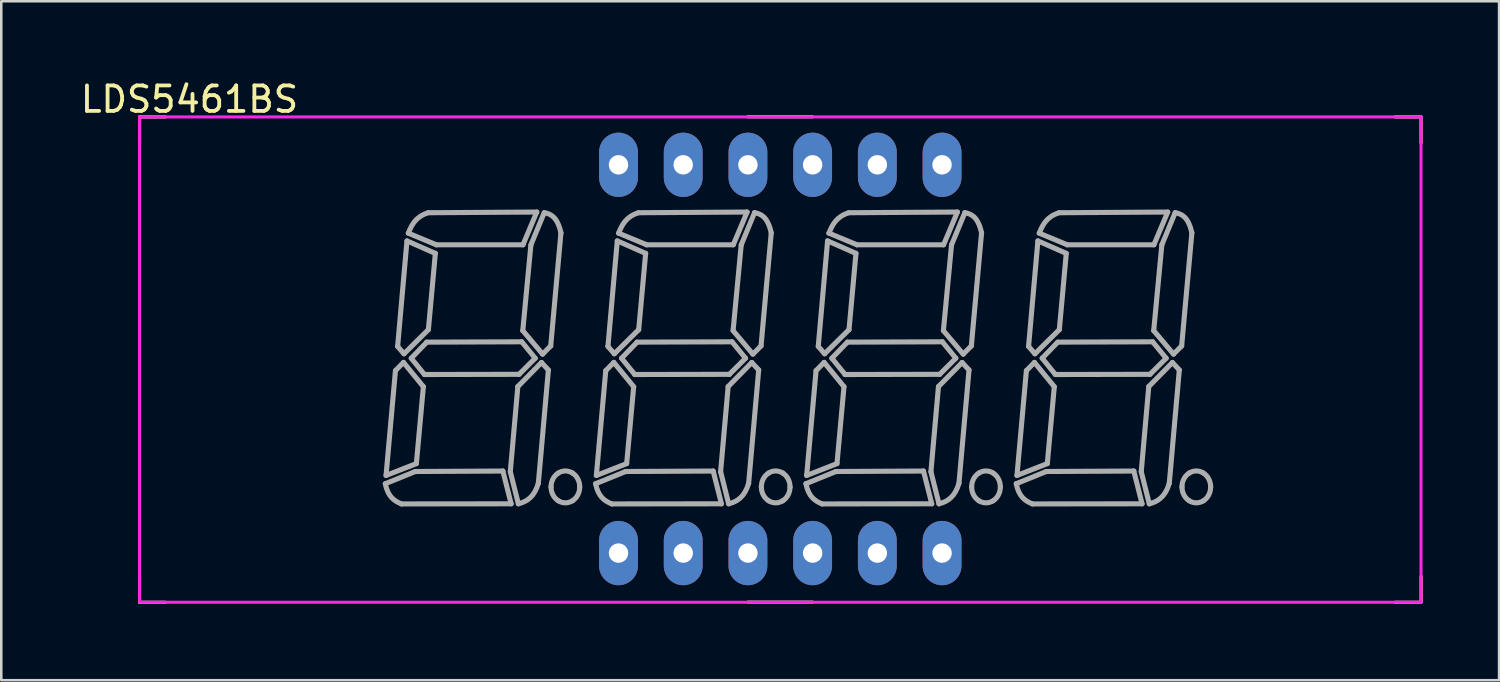
<source format=kicad_pcb>
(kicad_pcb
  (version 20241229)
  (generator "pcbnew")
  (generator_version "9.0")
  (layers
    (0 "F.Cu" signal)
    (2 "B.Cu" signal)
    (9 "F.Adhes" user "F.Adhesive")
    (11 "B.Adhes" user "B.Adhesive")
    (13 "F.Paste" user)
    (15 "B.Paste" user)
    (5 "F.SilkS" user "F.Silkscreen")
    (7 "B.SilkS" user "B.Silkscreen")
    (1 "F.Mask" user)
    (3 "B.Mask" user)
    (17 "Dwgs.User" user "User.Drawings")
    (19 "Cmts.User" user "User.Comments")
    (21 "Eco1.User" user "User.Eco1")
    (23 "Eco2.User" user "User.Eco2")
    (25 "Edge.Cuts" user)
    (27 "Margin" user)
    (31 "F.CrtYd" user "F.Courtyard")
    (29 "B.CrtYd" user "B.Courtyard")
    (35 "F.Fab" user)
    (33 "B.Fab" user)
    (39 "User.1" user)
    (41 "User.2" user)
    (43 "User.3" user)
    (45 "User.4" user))
  (footprint "LDS5461BS"
    (layer "F.Cu")
    (at 27.577 11.059)
    (property "Reference" "LDS5461BS" (at -23.19 -10.211 0) (layer "F.SilkS") (effects (font (size 1 1) (thickness 0.15))))
    (attr through_hole)
    (fp_line (start -25.151 9.53) (end -25.151 8.514) (stroke (width 0.12) (type solid)) (layer "F.SilkS"))
    (fp_line (start -25.151 9.53) (end -24.135 9.53) (stroke (width 0.12) (type solid)) (layer "F.SilkS"))
    (fp_line (start -25.149 -9.52) (end -25.149 -8.504) (stroke (width 0.12) (type solid)) (layer "F.SilkS"))
    (fp_line (start -25.149 -9.52) (end -24.133 -9.52) (stroke (width 0.12) (type solid)) (layer "F.SilkS"))
    (fp_line (start -1.27 -9.525) (end 1.27 -9.525) (stroke (width 0.12) (type solid)) (layer "F.SilkS"))
    (fp_line (start -1.27 9.525) (end 1.27 9.525) (stroke (width 0.12) (type solid)) (layer "F.SilkS"))
    (fp_line (start 25.151 -9.52) (end 24.135 -9.52) (stroke (width 0.12) (type solid)) (layer "F.SilkS"))
    (fp_line (start 25.151 -9.52) (end 25.151 -8.504) (stroke (width 0.12) (type solid)) (layer "F.SilkS"))
    (fp_line (start 25.154 9.53) (end 24.138 9.53) (stroke (width 0.12) (type solid)) (layer "F.SilkS"))
    (fp_line (start 25.154 9.53) (end 25.154 8.514) (stroke (width 0.12) (type solid)) (layer "F.SilkS"))
    (fp_line (start -25.15 -9.52) (end -25.15 9.48) (stroke (width 0.12) (type solid)) (layer "F.CrtYd"))
    (fp_line (start -25.15 -9.52) (end 25.15 -9.52) (stroke (width 0.12) (type solid)) (layer "F.CrtYd"))
    (fp_line (start -25.15 9.53) (end 25.15 9.53) (stroke (width 0.12) (type solid)) (layer "F.CrtYd"))
    (fp_line (start 25.15 -9.52) (end 25.15 9.53) (stroke (width 0.12) (type solid)) (layer "F.CrtYd"))
    (fp_line (start -15.474 4.553) (end -15.105 0.439) (stroke (width 0.2) (type solid)) (layer "F.Fab"))
    (fp_line (start -15.105 0.439) (end -14.789 0.116) (stroke (width 0.2) (type solid)) (layer "F.Fab"))
    (fp_line (start -15.019 -0.512) (end -14.77 -0.222) (stroke (width 0.2) (type solid)) (layer "F.Fab"))
    (fp_line (start -14.867 5.671) (end -10.564 5.666) (stroke (width 0.2) (type solid)) (layer "F.Fab"))
    (fp_line (start -14.789 0.116) (end -14.009 1.069) (stroke (width 0.2) (type solid)) (layer "F.Fab"))
    (fp_line (start -14.77 -0.222) (end -13.812 -1.17) (stroke (width 0.2) (type solid)) (layer "F.Fab"))
    (fp_line (start -14.653 -4.653) (end -15.019 -0.512) (stroke (width 0.2) (type solid)) (layer "F.Fab"))
    (fp_line (start -14.6 -4.956) (end -13.5 -4.5) (stroke (width 0.2) (type solid)) (layer "F.Fab"))
    (fp_line (start -14.485 -0.048) (end -13.968 0.591) (stroke (width 0.2) (type solid)) (layer "F.Fab"))
    (fp_line (start -14.325 4.398) (end -15.503 4.877) (stroke (width 0.2) (type solid)) (layer "F.Fab"))
    (fp_line (start -14.284 4.088) (end -15.474 4.553) (stroke (width 0.2) (type solid)) (layer "F.Fab"))
    (fp_line (start -14.009 1.069) (end -14.284 4.088) (stroke (width 0.2) (type solid)) (layer "F.Fab"))
    (fp_line (start -13.968 0.591) (end -10.252 0.584) (stroke (width 0.2) (type solid)) (layer "F.Fab"))
    (fp_line (start -13.875 -0.68) (end -14.485 -0.048) (stroke (width 0.2) (type solid)) (layer "F.Fab"))
    (fp_line (start -13.812 -1.17) (end -13.539 -4.163) (stroke (width 0.2) (type solid)) (layer "F.Fab"))
    (fp_line (start -13.539 -4.163) (end -14.653 -4.653) (stroke (width 0.2) (type solid)) (layer "F.Fab"))
    (fp_line (start -13.5 -4.5) (end -10.1 -4.5) (stroke (width 0.2) (type solid)) (layer "F.Fab"))
    (fp_line (start -10.888 4.38) (end -14.325 4.398) (stroke (width 0.2) (type solid)) (layer "F.Fab"))
    (fp_line (start -10.597 4.407) (end -10.301 1.064) (stroke (width 0.2) (type solid)) (layer "F.Fab"))
    (fp_line (start -10.564 5.666) (end -10.888 4.38) (stroke (width 0.2) (type solid)) (layer "F.Fab"))
    (fp_line (start -10.301 1.064) (end -9.373 0.12) (stroke (width 0.2) (type solid)) (layer "F.Fab"))
    (fp_line (start -10.281 5.666) (end -10.597 4.407) (stroke (width 0.2) (type solid)) (layer "F.Fab"))
    (fp_line (start -10.252 0.584) (end -9.619 -0.048) (stroke (width 0.2) (type solid)) (layer "F.Fab"))
    (fp_line (start -10.148 -0.693) (end -13.875 -0.68) (stroke (width 0.2) (type solid)) (layer "F.Fab"))
    (fp_line (start -10.107 -1.131) (end -9.329 -0.209) (stroke (width 0.2) (type solid)) (layer "F.Fab"))
    (fp_line (start -10.1 -4.5) (end -9.558 -5.786) (stroke (width 0.2) (type solid)) (layer "F.Fab"))
    (fp_line (start -9.788 -4.498) (end -10.107 -1.131) (stroke (width 0.2) (type solid)) (layer "F.Fab"))
    (fp_line (start -9.619 -0.048) (end -10.148 -0.693) (stroke (width 0.2) (type solid)) (layer "F.Fab"))
    (fp_line (start -9.558 -5.786) (end -13.82 -5.759) (stroke (width 0.2) (type solid)) (layer "F.Fab"))
    (fp_line (start -9.373 0.12) (end -9.102 0.412) (stroke (width 0.2) (type solid)) (layer "F.Fab"))
    (fp_line (start -9.329 -0.209) (end -9.01 -0.531) (stroke (width 0.2) (type solid)) (layer "F.Fab"))
    (fp_line (start -9.265 -5.762) (end -9.788 -4.498) (stroke (width 0.2) (type solid)) (layer "F.Fab"))
    (fp_line (start -9.102 0.412) (end -9.496 4.859) (stroke (width 0.2) (type solid)) (layer "F.Fab"))
    (fp_line (start -9.01 -0.531) (end -8.609 -4.969) (stroke (width 0.2) (type solid)) (layer "F.Fab"))
    (fp_line (start -7.219 4.553) (end -6.85 0.439) (stroke (width 0.2) (type solid)) (layer "F.Fab"))
    (fp_line (start -6.85 0.439) (end -6.534 0.116) (stroke (width 0.2) (type solid)) (layer "F.Fab"))
    (fp_line (start -6.764 -0.512) (end -6.515 -0.222) (stroke (width 0.2) (type solid)) (layer "F.Fab"))
    (fp_line (start -6.612 5.671) (end -2.309 5.666) (stroke (width 0.2) (type solid)) (layer "F.Fab"))
    (fp_line (start -6.534 0.116) (end -5.754 1.069) (stroke (width 0.2) (type solid)) (layer "F.Fab"))
    (fp_line (start -6.515 -0.222) (end -5.557 -1.17) (stroke (width 0.2) (type solid)) (layer "F.Fab"))
    (fp_line (start -6.398 -4.653) (end -6.764 -0.512) (stroke (width 0.2) (type solid)) (layer "F.Fab"))
    (fp_line (start -6.345 -4.956) (end -5.245 -4.5) (stroke (width 0.2) (type solid)) (layer "F.Fab"))
    (fp_line (start -6.23 -0.048) (end -5.713 0.591) (stroke (width 0.2) (type solid)) (layer "F.Fab"))
    (fp_line (start -6.07 4.398) (end -7.248 4.877) (stroke (width 0.2) (type solid)) (layer "F.Fab"))
    (fp_line (start -6.029 4.088) (end -7.219 4.553) (stroke (width 0.2) (type solid)) (layer "F.Fab"))
    (fp_line (start -5.754 1.069) (end -6.029 4.088) (stroke (width 0.2) (type solid)) (layer "F.Fab"))
    (fp_line (start -5.713 0.591) (end -1.997 0.584) (stroke (width 0.2) (type solid)) (layer "F.Fab"))
    (fp_line (start -5.62 -0.68) (end -6.23 -0.048) (stroke (width 0.2) (type solid)) (layer "F.Fab"))
    (fp_line (start -5.557 -1.17) (end -5.284 -4.163) (stroke (width 0.2) (type solid)) (layer "F.Fab"))
    (fp_line (start -5.284 -4.163) (end -6.398 -4.653) (stroke (width 0.2) (type solid)) (layer "F.Fab"))
    (fp_line (start -5.245 -4.5) (end -1.845 -4.5) (stroke (width 0.2) (type solid)) (layer "F.Fab"))
    (fp_line (start -2.633 4.38) (end -6.07 4.398) (stroke (width 0.2) (type solid)) (layer "F.Fab"))
    (fp_line (start -2.342 4.407) (end -2.046 1.064) (stroke (width 0.2) (type solid)) (layer "F.Fab"))
    (fp_line (start -2.309 5.666) (end -2.633 4.38) (stroke (width 0.2) (type solid)) (layer "F.Fab"))
    (fp_line (start -2.046 1.064) (end -1.118 0.12) (stroke (width 0.2) (type solid)) (layer "F.Fab"))
    (fp_line (start -2.026 5.666) (end -2.342 4.407) (stroke (width 0.2) (type solid)) (layer "F.Fab"))
    (fp_line (start -1.997 0.584) (end -1.364 -0.048) (stroke (width 0.2) (type solid)) (layer "F.Fab"))
    (fp_line (start -1.893 -0.693) (end -5.62 -0.68) (stroke (width 0.2) (type solid)) (layer "F.Fab"))
    (fp_line (start -1.852 -1.131) (end -1.074 -0.209) (stroke (width 0.2) (type solid)) (layer "F.Fab"))
    (fp_line (start -1.845 -4.5) (end -1.303 -5.786) (stroke (width 0.2) (type solid)) (layer "F.Fab"))
    (fp_line (start -1.533 -4.498) (end -1.852 -1.131) (stroke (width 0.2) (type solid)) (layer "F.Fab"))
    (fp_line (start -1.364 -0.048) (end -1.893 -0.693) (stroke (width 0.2) (type solid)) (layer "F.Fab"))
    (fp_line (start -1.303 -5.786) (end -5.565 -5.759) (stroke (width 0.2) (type solid)) (layer "F.Fab"))
    (fp_line (start -1.118 0.12) (end -0.847 0.412) (stroke (width 0.2) (type solid)) (layer "F.Fab"))
    (fp_line (start -1.074 -0.209) (end -0.755 -0.531) (stroke (width 0.2) (type solid)) (layer "F.Fab"))
    (fp_line (start -1.01 -5.762) (end -1.533 -4.498) (stroke (width 0.2) (type solid)) (layer "F.Fab"))
    (fp_line (start -0.847 0.412) (end -1.241 4.859) (stroke (width 0.2) (type solid)) (layer "F.Fab"))
    (fp_line (start -0.755 -0.531) (end -0.354 -4.969) (stroke (width 0.2) (type solid)) (layer "F.Fab"))
    (fp_line (start 1.036 4.553) (end 1.405 0.439) (stroke (width 0.2) (type solid)) (layer "F.Fab"))
    (fp_line (start 1.405 0.439) (end 1.721 0.116) (stroke (width 0.2) (type solid)) (layer "F.Fab"))
    (fp_line (start 1.491 -0.512) (end 1.74 -0.222) (stroke (width 0.2) (type solid)) (layer "F.Fab"))
    (fp_line (start 1.643 5.671) (end 5.946 5.666) (stroke (width 0.2) (type solid)) (layer "F.Fab"))
    (fp_line (start 1.721 0.116) (end 2.501 1.069) (stroke (width 0.2) (type solid)) (layer "F.Fab"))
    (fp_line (start 1.74 -0.222) (end 2.698 -1.17) (stroke (width 0.2) (type solid)) (layer "F.Fab"))
    (fp_line (start 1.857 -4.653) (end 1.491 -0.512) (stroke (width 0.2) (type solid)) (layer "F.Fab"))
    (fp_line (start 1.91 -4.956) (end 3.01 -4.5) (stroke (width 0.2) (type solid)) (layer "F.Fab"))
    (fp_line (start 2.025 -0.048) (end 2.542 0.591) (stroke (width 0.2) (type solid)) (layer "F.Fab"))
    (fp_line (start 2.185 4.398) (end 1.007 4.877) (stroke (width 0.2) (type solid)) (layer "F.Fab"))
    (fp_line (start 2.226 4.088) (end 1.036 4.553) (stroke (width 0.2) (type solid)) (layer "F.Fab"))
    (fp_line (start 2.501 1.069) (end 2.226 4.088) (stroke (width 0.2) (type solid)) (layer "F.Fab"))
    (fp_line (start 2.542 0.591) (end 6.258 0.584) (stroke (width 0.2) (type solid)) (layer "F.Fab"))
    (fp_line (start 2.635 -0.68) (end 2.025 -0.048) (stroke (width 0.2) (type solid)) (layer "F.Fab"))
    (fp_line (start 2.698 -1.17) (end 2.971 -4.163) (stroke (width 0.2) (type solid)) (layer "F.Fab"))
    (fp_line (start 2.971 -4.163) (end 1.857 -4.653) (stroke (width 0.2) (type solid)) (layer "F.Fab"))
    (fp_line (start 3.01 -4.5) (end 6.41 -4.5) (stroke (width 0.2) (type solid)) (layer "F.Fab"))
    (fp_line (start 5.622 4.38) (end 2.185 4.398) (stroke (width 0.2) (type solid)) (layer "F.Fab"))
    (fp_line (start 5.913 4.407) (end 6.209 1.064) (stroke (width 0.2) (type solid)) (layer "F.Fab"))
    (fp_line (start 5.946 5.666) (end 5.622 4.38) (stroke (width 0.2) (type solid)) (layer "F.Fab"))
    (fp_line (start 6.209 1.064) (end 7.137 0.12) (stroke (width 0.2) (type solid)) (layer "F.Fab"))
    (fp_line (start 6.229 5.666) (end 5.913 4.407) (stroke (width 0.2) (type solid)) (layer "F.Fab"))
    (fp_line (start 6.258 0.584) (end 6.891 -0.048) (stroke (width 0.2) (type solid)) (layer "F.Fab"))
    (fp_line (start 6.362 -0.693) (end 2.635 -0.68) (stroke (width 0.2) (type solid)) (layer "F.Fab"))
    (fp_line (start 6.403 -1.131) (end 7.181 -0.209) (stroke (width 0.2) (type solid)) (layer "F.Fab"))
    (fp_line (start 6.41 -4.5) (end 6.952 -5.786) (stroke (width 0.2) (type solid)) (layer "F.Fab"))
    (fp_line (start 6.722 -4.498) (end 6.403 -1.131) (stroke (width 0.2) (type solid)) (layer "F.Fab"))
    (fp_line (start 6.891 -0.048) (end 6.362 -0.693) (stroke (width 0.2) (type solid)) (layer "F.Fab"))
    (fp_line (start 6.952 -5.786) (end 2.69 -5.759) (stroke (width 0.2) (type solid)) (layer "F.Fab"))
    (fp_line (start 7.137 0.12) (end 7.408 0.412) (stroke (width 0.2) (type solid)) (layer "F.Fab"))
    (fp_line (start 7.181 -0.209) (end 7.5 -0.531) (stroke (width 0.2) (type solid)) (layer "F.Fab"))
    (fp_line (start 7.245 -5.762) (end 6.722 -4.498) (stroke (width 0.2) (type solid)) (layer "F.Fab"))
    (fp_line (start 7.408 0.412) (end 7.014 4.859) (stroke (width 0.2) (type solid)) (layer "F.Fab"))
    (fp_line (start 7.5 -0.531) (end 7.901 -4.969) (stroke (width 0.2) (type solid)) (layer "F.Fab"))
    (fp_line (start 9.291 4.553) (end 9.66 0.439) (stroke (width 0.2) (type solid)) (layer "F.Fab"))
    (fp_line (start 9.66 0.439) (end 9.976 0.116) (stroke (width 0.2) (type solid)) (layer "F.Fab"))
    (fp_line (start 9.746 -0.512) (end 9.995 -0.222) (stroke (width 0.2) (type solid)) (layer "F.Fab"))
    (fp_line (start 9.898 5.671) (end 14.201 5.666) (stroke (width 0.2) (type solid)) (layer "F.Fab"))
    (fp_line (start 9.976 0.116) (end 10.756 1.069) (stroke (width 0.2) (type solid)) (layer "F.Fab"))
    (fp_line (start 9.995 -0.222) (end 10.953 -1.17) (stroke (width 0.2) (type solid)) (layer "F.Fab"))
    (fp_line (start 10.112 -4.653) (end 9.746 -0.512) (stroke (width 0.2) (type solid)) (layer "F.Fab"))
    (fp_line (start 10.165 -4.956) (end 11.265 -4.5) (stroke (width 0.2) (type solid)) (layer "F.Fab"))
    (fp_line (start 10.28 -0.048) (end 10.797 0.591) (stroke (width 0.2) (type solid)) (layer "F.Fab"))
    (fp_line (start 10.44 4.398) (end 9.262 4.877) (stroke (width 0.2) (type solid)) (layer "F.Fab"))
    (fp_line (start 10.481 4.088) (end 9.291 4.553) (stroke (width 0.2) (type solid)) (layer "F.Fab"))
    (fp_line (start 10.756 1.069) (end 10.481 4.088) (stroke (width 0.2) (type solid)) (layer "F.Fab"))
    (fp_line (start 10.797 0.591) (end 14.513 0.584) (stroke (width 0.2) (type solid)) (layer "F.Fab"))
    (fp_line (start 10.89 -0.68) (end 10.28 -0.048) (stroke (width 0.2) (type solid)) (layer "F.Fab"))
    (fp_line (start 10.953 -1.17) (end 11.226 -4.163) (stroke (width 0.2) (type solid)) (layer "F.Fab"))
    (fp_line (start 11.226 -4.163) (end 10.112 -4.653) (stroke (width 0.2) (type solid)) (layer "F.Fab"))
    (fp_line (start 11.265 -4.5) (end 14.665 -4.5) (stroke (width 0.2) (type solid)) (layer "F.Fab"))
    (fp_line (start 13.877 4.38) (end 10.44 4.398) (stroke (width 0.2) (type solid)) (layer "F.Fab"))
    (fp_line (start 14.168 4.407) (end 14.464 1.064) (stroke (width 0.2) (type solid)) (layer "F.Fab"))
    (fp_line (start 14.201 5.666) (end 13.877 4.38) (stroke (width 0.2) (type solid)) (layer "F.Fab"))
    (fp_line (start 14.464 1.064) (end 15.392 0.12) (stroke (width 0.2) (type solid)) (layer "F.Fab"))
    (fp_line (start 14.484 5.666) (end 14.168 4.407) (stroke (width 0.2) (type solid)) (layer "F.Fab"))
    (fp_line (start 14.513 0.584) (end 15.146 -0.048) (stroke (width 0.2) (type solid)) (layer "F.Fab"))
    (fp_line (start 14.617 -0.693) (end 10.89 -0.68) (stroke (width 0.2) (type solid)) (layer "F.Fab"))
    (fp_line (start 14.658 -1.131) (end 15.436 -0.209) (stroke (width 0.2) (type solid)) (layer "F.Fab"))
    (fp_line (start 14.665 -4.5) (end 15.207 -5.786) (stroke (width 0.2) (type solid)) (layer "F.Fab"))
    (fp_line (start 14.977 -4.498) (end 14.658 -1.131) (stroke (width 0.2) (type solid)) (layer "F.Fab"))
    (fp_line (start 15.146 -0.048) (end 14.617 -0.693) (stroke (width 0.2) (type solid)) (layer "F.Fab"))
    (fp_line (start 15.207 -5.786) (end 10.945 -5.759) (stroke (width 0.2) (type solid)) (layer "F.Fab"))
    (fp_line (start 15.392 0.12) (end 15.663 0.412) (stroke (width 0.2) (type solid)) (layer "F.Fab"))
    (fp_line (start 15.436 -0.209) (end 15.755 -0.531) (stroke (width 0.2) (type solid)) (layer "F.Fab"))
    (fp_line (start 15.5 -5.762) (end 14.977 -4.498) (stroke (width 0.2) (type solid)) (layer "F.Fab"))
    (fp_line (start 15.663 0.412) (end 15.269 4.859) (stroke (width 0.2) (type solid)) (layer "F.Fab"))
    (fp_line (start 15.755 -0.531) (end 16.156 -4.969) (stroke (width 0.2) (type solid)) (layer "F.Fab"))
    (fp_curve (pts (xy -15.503 4.877) (xy -15.404 5.386) (xy -15.15 5.559) (xy -14.867 5.671)) (stroke (width 0.2) (type solid)) (layer "F.Fab"))
    (fp_curve (pts (xy -13.82 -5.759) (xy -14.313 -5.603) (xy -14.467 -5.285) (xy -14.6 -4.956)) (stroke (width 0.2) (type solid)) (layer "F.Fab"))
    (fp_curve (pts (xy -9.496 4.859) (xy -9.649 5.39) (xy -9.943 5.582) (xy -10.281 5.666)) (stroke (width 0.2) (type solid)) (layer "F.Fab"))
    (fp_curve (pts (xy -8.998 5.003) (xy -8.998 4.779) (xy -8.891 4.573) (xy -8.716 4.461)) (stroke (width 0.2) (type solid)) (layer "F.Fab"))
    (fp_curve (pts (xy -8.716 4.461) (xy -8.542 4.349) (xy -8.327 4.349) (xy -8.153 4.461)) (stroke (width 0.2) (type solid)) (layer "F.Fab"))
    (fp_curve (pts (xy -8.716 5.545) (xy -8.891 5.433) (xy -8.998 5.226) (xy -8.998 5.003)) (stroke (width 0.2) (type solid)) (layer "F.Fab"))
    (fp_curve (pts (xy -8.609 -4.969) (xy -8.759 -5.645) (xy -9.05 -5.715) (xy -9.265 -5.762)) (stroke (width 0.2) (type solid)) (layer "F.Fab"))
    (fp_curve (pts (xy -8.153 4.461) (xy -7.979 4.573) (xy -7.872 4.779) (xy -7.872 5.003)) (stroke (width 0.2) (type solid)) (layer "F.Fab"))
    (fp_curve (pts (xy -8.153 5.545) (xy -8.327 5.656) (xy -8.542 5.656) (xy -8.716 5.545)) (stroke (width 0.2) (type solid)) (layer "F.Fab"))
    (fp_curve (pts (xy -7.872 5.003) (xy -7.872 5.226) (xy -7.979 5.433) (xy -8.153 5.545)) (stroke (width 0.2) (type solid)) (layer "F.Fab"))
    (fp_curve (pts (xy -7.248 4.877) (xy -7.149 5.386) (xy -6.895 5.559) (xy -6.612 5.671)) (stroke (width 0.2) (type solid)) (layer "F.Fab"))
    (fp_curve (pts (xy -5.565 -5.759) (xy -6.058 -5.603) (xy -6.212 -5.285) (xy -6.345 -4.956)) (stroke (width 0.2) (type solid)) (layer "F.Fab"))
    (fp_curve (pts (xy -1.241 4.859) (xy -1.394 5.39) (xy -1.688 5.582) (xy -2.026 5.666)) (stroke (width 0.2) (type solid)) (layer "F.Fab"))
    (fp_curve (pts (xy -0.743 5.003) (xy -0.743 4.779) (xy -0.636 4.573) (xy -0.461 4.461)) (stroke (width 0.2) (type solid)) (layer "F.Fab"))
    (fp_curve (pts (xy -0.461 4.461) (xy -0.287 4.349) (xy -0.072 4.349) (xy 0.102 4.461)) (stroke (width 0.2) (type solid)) (layer "F.Fab"))
    (fp_curve (pts (xy -0.461 5.545) (xy -0.636 5.433) (xy -0.743 5.226) (xy -0.743 5.003)) (stroke (width 0.2) (type solid)) (layer "F.Fab"))
    (fp_curve (pts (xy -0.354 -4.969) (xy -0.504 -5.645) (xy -0.795 -5.715) (xy -1.01 -5.762)) (stroke (width 0.2) (type solid)) (layer "F.Fab"))
    (fp_curve (pts (xy 0.102 4.461) (xy 0.276 4.573) (xy 0.383 4.779) (xy 0.383 5.003)) (stroke (width 0.2) (type solid)) (layer "F.Fab"))
    (fp_curve (pts (xy 0.102 5.545) (xy -0.072 5.656) (xy -0.287 5.656) (xy -0.461 5.545)) (stroke (width 0.2) (type solid)) (layer "F.Fab"))
    (fp_curve (pts (xy 0.383 5.003) (xy 0.383 5.226) (xy 0.276 5.433) (xy 0.102 5.545)) (stroke (width 0.2) (type solid)) (layer "F.Fab"))
    (fp_curve (pts (xy 1.007 4.877) (xy 1.106 5.386) (xy 1.36 5.559) (xy 1.643 5.671)) (stroke (width 0.2) (type solid)) (layer "F.Fab"))
    (fp_curve (pts (xy 2.69 -5.759) (xy 2.197 -5.603) (xy 2.043 -5.285) (xy 1.91 -4.956)) (stroke (width 0.2) (type solid)) (layer "F.Fab"))
    (fp_curve (pts (xy 7.014 4.859) (xy 6.861 5.39) (xy 6.567 5.582) (xy 6.229 5.666)) (stroke (width 0.2) (type solid)) (layer "F.Fab"))
    (fp_curve (pts (xy 7.512 5.003) (xy 7.512 4.779) (xy 7.619 4.573) (xy 7.794 4.461)) (stroke (width 0.2) (type solid)) (layer "F.Fab"))
    (fp_curve (pts (xy 7.794 4.461) (xy 7.968 4.349) (xy 8.183 4.349) (xy 8.357 4.461)) (stroke (width 0.2) (type solid)) (layer "F.Fab"))
    (fp_curve (pts (xy 7.794 5.545) (xy 7.619 5.433) (xy 7.512 5.226) (xy 7.512 5.003)) (stroke (width 0.2) (type solid)) (layer "F.Fab"))
    (fp_curve (pts (xy 7.901 -4.969) (xy 7.751 -5.645) (xy 7.46 -5.715) (xy 7.245 -5.762)) (stroke (width 0.2) (type solid)) (layer "F.Fab"))
    (fp_curve (pts (xy 8.357 4.461) (xy 8.531 4.573) (xy 8.638 4.779) (xy 8.638 5.003)) (stroke (width 0.2) (type solid)) (layer "F.Fab"))
    (fp_curve (pts (xy 8.357 5.545) (xy 8.183 5.656) (xy 7.968 5.656) (xy 7.794 5.545)) (stroke (width 0.2) (type solid)) (layer "F.Fab"))
    (fp_curve (pts (xy 8.638 5.003) (xy 8.638 5.226) (xy 8.531 5.433) (xy 8.357 5.545)) (stroke (width 0.2) (type solid)) (layer "F.Fab"))
    (fp_curve (pts (xy 9.262 4.877) (xy 9.361 5.386) (xy 9.615 5.559) (xy 9.898 5.671)) (stroke (width 0.2) (type solid)) (layer "F.Fab"))
    (fp_curve (pts (xy 10.945 -5.759) (xy 10.452 -5.603) (xy 10.298 -5.285) (xy 10.165 -4.956)) (stroke (width 0.2) (type solid)) (layer "F.Fab"))
    (fp_curve (pts (xy 15.269 4.859) (xy 15.116 5.39) (xy 14.822 5.582) (xy 14.484 5.666)) (stroke (width 0.2) (type solid)) (layer "F.Fab"))
    (fp_curve (pts (xy 15.767 5.003) (xy 15.767 4.779) (xy 15.874 4.573) (xy 16.049 4.461)) (stroke (width 0.2) (type solid)) (layer "F.Fab"))
    (fp_curve (pts (xy 16.049 4.461) (xy 16.223 4.349) (xy 16.438 4.349) (xy 16.612 4.461)) (stroke (width 0.2) (type solid)) (layer "F.Fab"))
    (fp_curve (pts (xy 16.049 5.545) (xy 15.874 5.433) (xy 15.767 5.226) (xy 15.767 5.003)) (stroke (width 0.2) (type solid)) (layer "F.Fab"))
    (fp_curve (pts (xy 16.156 -4.969) (xy 16.006 -5.645) (xy 15.715 -5.715) (xy 15.5 -5.762)) (stroke (width 0.2) (type solid)) (layer "F.Fab"))
    (fp_curve (pts (xy 16.612 4.461) (xy 16.786 4.573) (xy 16.893 4.779) (xy 16.893 5.003)) (stroke (width 0.2) (type solid)) (layer "F.Fab"))
    (fp_curve (pts (xy 16.612 5.545) (xy 16.438 5.656) (xy 16.223 5.656) (xy 16.049 5.545)) (stroke (width 0.2) (type solid)) (layer "F.Fab"))
    (fp_curve (pts (xy 16.893 5.003) (xy 16.893 5.226) (xy 16.786 5.433) (xy 16.612 5.545)) (stroke (width 0.2) (type solid)) (layer "F.Fab"))
    (pad "1" thru_hole oval (at -6.35 7.6) (size 1.524 2.524) (drill 0.762) (layers "*.Cu" "*.Mask"))
    (pad "2" thru_hole oval (at -3.81 7.6) (size 1.524 2.524) (drill 0.762) (layers "*.Cu" "*.Mask"))
    (pad "3" thru_hole oval (at -1.27 7.6) (size 1.524 2.524) (drill 0.762) (layers "*.Cu" "*.Mask"))
    (pad "4" thru_hole oval (at 1.27 7.6) (size 1.524 2.524) (drill 0.762) (layers "*.Cu" "*.Mask"))
    (pad "5" thru_hole oval (at 3.81 7.6) (size 1.524 2.524) (drill 0.762) (layers "*.Cu" "*.Mask"))
    (pad "6" thru_hole oval (at 6.35 7.6) (size 1.524 2.524) (drill 0.762) (layers "*.Cu" "*.Mask"))
    (pad "7" thru_hole oval (at 6.35 -7.64) (size 1.524 2.524) (drill 0.762) (layers "*.Cu" "*.Mask"))
    (pad "8" thru_hole oval (at 3.81 -7.64) (size 1.524 2.524) (drill 0.762) (layers "*.Cu" "*.Mask"))
    (pad "9" thru_hole oval (at 1.27 -7.64) (size 1.524 2.524) (drill 0.762) (layers "*.Cu" "*.Mask"))
    (pad "10" thru_hole oval (at -1.27 -7.64) (size 1.524 2.524) (drill 0.762) (layers "*.Cu" "*.Mask"))
    (pad "11" thru_hole oval (at -3.81 -7.64) (size 1.524 2.524) (drill 0.762) (layers "*.Cu" "*.Mask"))
    (pad "12" thru_hole oval (at -6.35 -7.64) (size 1.524 2.524) (drill 0.762) (layers "*.Cu" "*.Mask")))
  (gr_rect
    (start -3 -3)
    (end 55.791 23.649)
    (stroke (width 0.1) (type default))
    (fill no)
    (layer "Edge.Cuts")))
</source>
